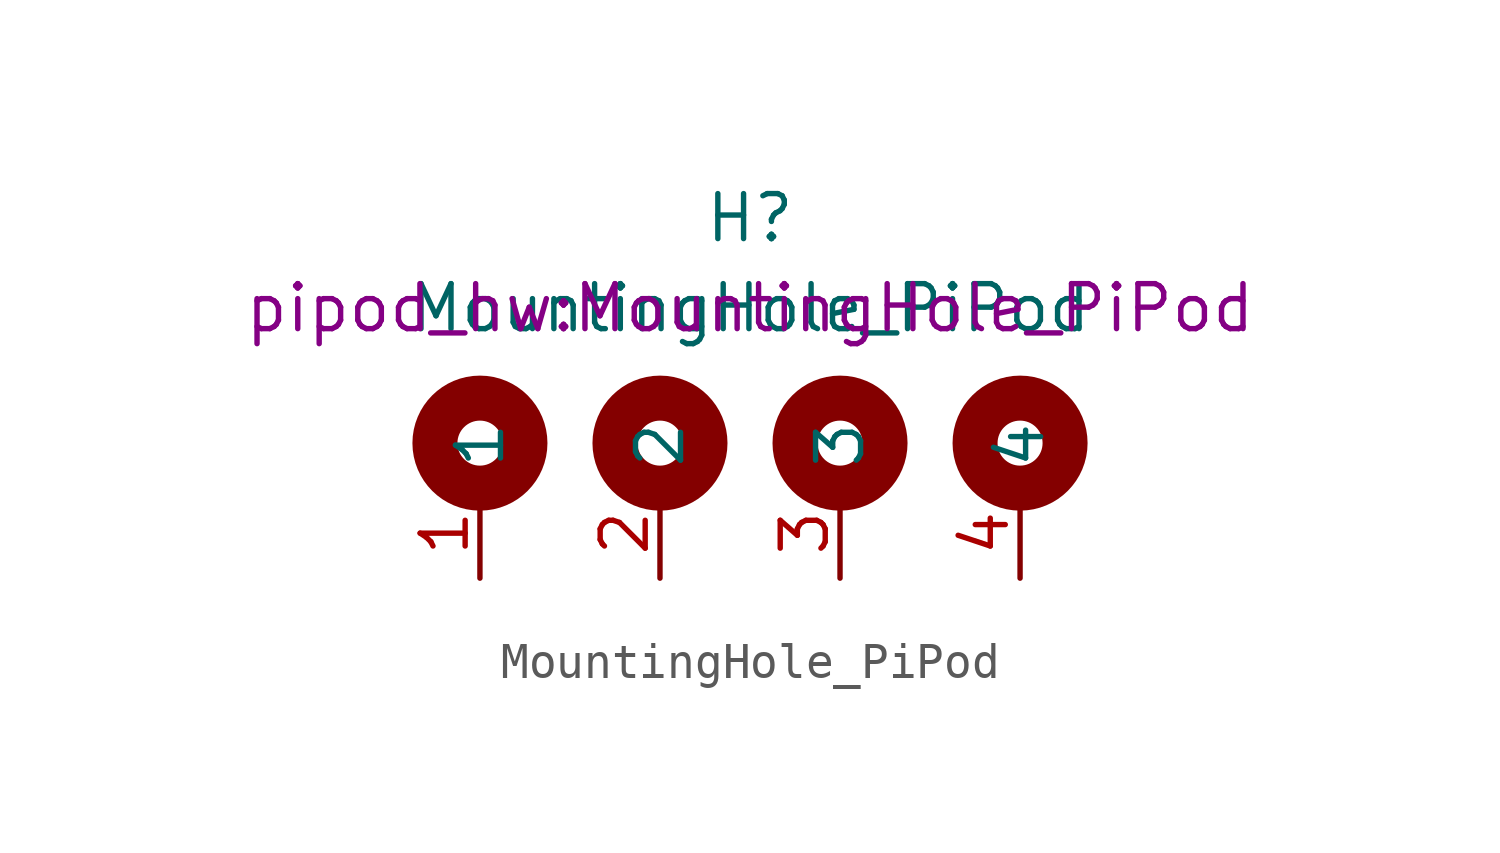
<source format=kicad_sym>
(kicad_symbol_lib
  (version 20211014)
  (generator kicad_symbol_editor)
  (symbol "MountingHole_PiPod"
    (property "Reference" "H"
      (at 0 2.54 0)
      (effects (font (size 1.27 1.27))))
    (property "Value" "MountingHole_PiPod"
      (at 0 0 0)
      (effects (font (size 1.27 1.27))))
    (property "Footprint" "pipod_hw:MountingHole_PiPod"
      (at 0 0 0)
      (effects (font (size 1.27 1.27))))
    (symbol "MountingHole_PiPod_0_1"
      (circle (center -7.62 -3.81) (radius 1.27) (stroke (width 1.27) (type default) (color 0 0 0 0)) (fill (type none)))
      (circle (center -2.54 -3.81) (radius 1.27) (stroke (width 1.27) (type default) (color 0 0 0 0)) (fill (type none)))
      (circle (center 2.54 -3.81) (radius 1.27) (stroke (width 1.27) (type default) (color 0 0 0 0)) (fill (type none)))
      (circle (center 7.62 -3.81) (radius 1.27) (stroke (width 1.27) (type default) (color 0 0 0 0)) (fill (type none))))
    (symbol "MountingHole_PiPod_1_1"
      (pin input line (at -7.62 -7.62 90) (length 2.54) (name "1" (effects (font (size 1.27 1.27)))) (number "1" (effects (font (size 1.27 1.27)))))
      (pin input line (at -2.54 -7.62 90) (length 2.54) (name "2" (effects (font (size 1.27 1.27)))) (number "2" (effects (font (size 1.27 1.27)))))
      (pin input line (at 2.54 -7.62 90) (length 2.54) (name "3" (effects (font (size 1.27 1.27)))) (number "3" (effects (font (size 1.27 1.27)))))
      (pin input line (at 7.62 -7.62 90) (length 2.54) (name "4" (effects (font (size 1.27 1.27)))) (number "4" (effects (font (size 1.27 1.27))))))))
</source>
